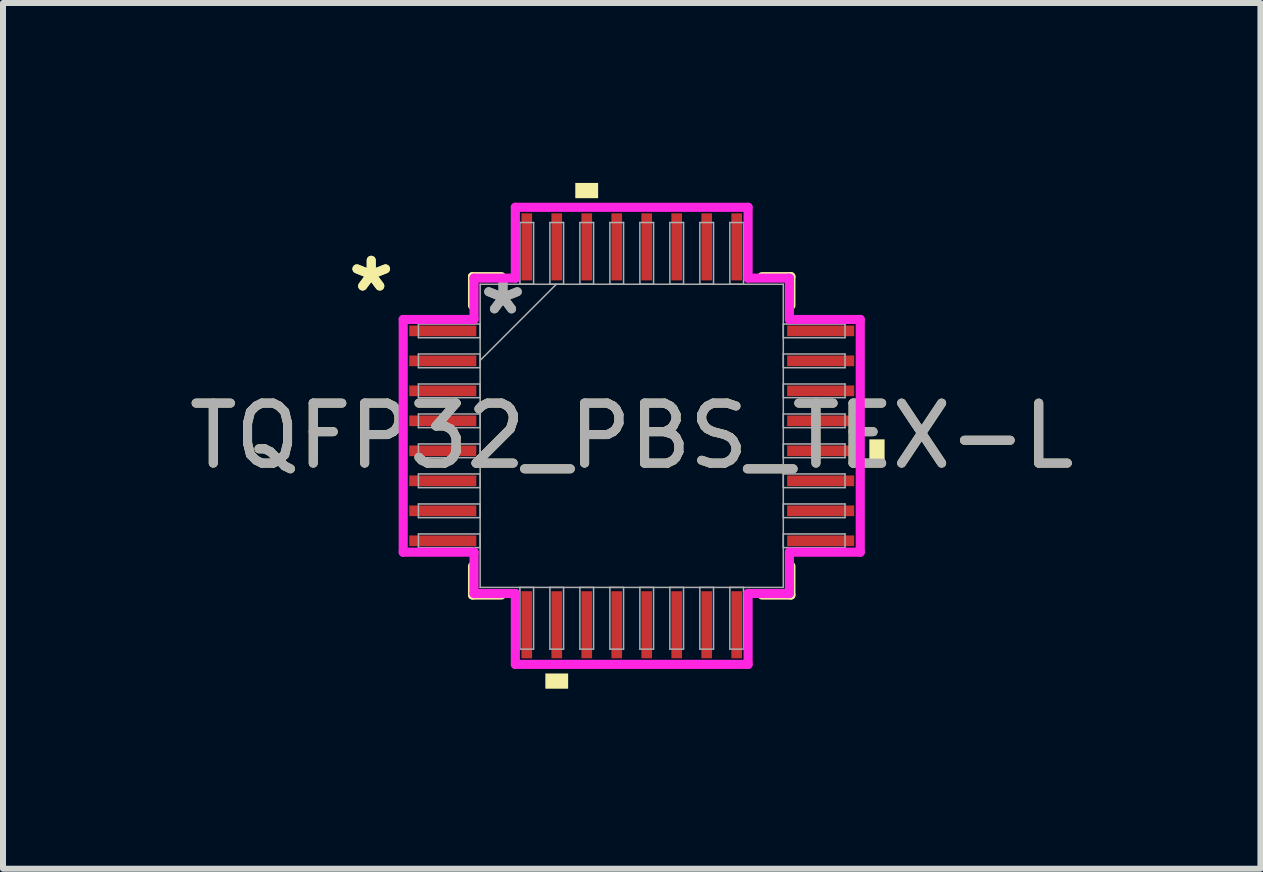
<source format=kicad_pcb>
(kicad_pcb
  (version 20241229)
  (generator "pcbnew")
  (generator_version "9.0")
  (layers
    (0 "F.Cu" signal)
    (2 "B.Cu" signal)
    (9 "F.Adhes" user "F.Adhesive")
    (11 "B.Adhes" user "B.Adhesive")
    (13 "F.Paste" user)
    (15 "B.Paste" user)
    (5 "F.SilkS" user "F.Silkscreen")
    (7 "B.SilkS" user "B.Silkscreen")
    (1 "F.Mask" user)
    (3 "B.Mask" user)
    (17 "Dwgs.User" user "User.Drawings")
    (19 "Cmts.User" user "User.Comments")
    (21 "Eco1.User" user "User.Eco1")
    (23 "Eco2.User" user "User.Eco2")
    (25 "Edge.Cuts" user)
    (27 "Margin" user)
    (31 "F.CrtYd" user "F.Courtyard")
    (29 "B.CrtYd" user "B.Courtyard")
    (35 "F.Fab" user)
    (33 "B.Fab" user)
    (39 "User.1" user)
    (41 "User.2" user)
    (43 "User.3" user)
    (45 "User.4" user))
  (footprint "TQFP32_PBS_TEX-L"
    (layer "F.Cu")
    (at 7.482 4.216)
    (property "Reference" "TQFP32_PBS_TEX-L" (at 0 0 0) (unlocked yes) (layer "F.SilkS") (effects (font (size 1 1) (thickness 0.15))))
    (attr smd)
    (fp_line (start -2.654 -2.654) (end -2.654 -2.172) (stroke (width 0.152) (type solid)) (layer "F.SilkS"))
    (fp_line (start -2.654 2.172) (end -2.654 2.654) (stroke (width 0.152) (type solid)) (layer "F.SilkS"))
    (fp_line (start -2.654 2.654) (end -2.172 2.654) (stroke (width 0.152) (type solid)) (layer "F.SilkS"))
    (fp_line (start -2.172 -2.654) (end -2.654 -2.654) (stroke (width 0.152) (type solid)) (layer "F.SilkS"))
    (fp_line (start 2.172 2.654) (end 2.654 2.654) (stroke (width 0.152) (type solid)) (layer "F.SilkS"))
    (fp_line (start 2.654 -2.654) (end 2.172 -2.654) (stroke (width 0.152) (type solid)) (layer "F.SilkS"))
    (fp_line (start 2.654 -2.172) (end 2.654 -2.654) (stroke (width 0.152) (type solid)) (layer "F.SilkS"))
    (fp_line (start 2.654 2.654) (end 2.654 2.172) (stroke (width 0.152) (type solid)) (layer "F.SilkS"))
    (fp_poly (pts (xy -1.44 3.962) (xy -1.44 4.216) (xy -1.06 4.216) (xy -1.06 3.962)) (stroke (width 0) (type solid)) (fill yes) (layer "F.SilkS"))
    (fp_poly (pts (xy -0.941 -3.962) (xy -0.941 -4.216) (xy -0.56 -4.216) (xy -0.56 -3.962)) (stroke (width 0) (type solid)) (fill yes) (layer "F.SilkS"))
    (fp_poly (pts (xy 4.216 0.059) (xy 4.216 0.441) (xy 3.962 0.441) (xy 3.962 0.059)) (stroke (width 0) (type solid)) (fill yes) (layer "F.SilkS"))
    (fp_line (start -3.81 -1.94) (end -2.629 -1.94) (stroke (width 0.152) (type solid)) (layer "F.CrtYd"))
    (fp_line (start -3.81 1.94) (end -3.81 -1.94) (stroke (width 0.152) (type solid)) (layer "F.CrtYd"))
    (fp_line (start -2.629 -2.629) (end -1.94 -2.629) (stroke (width 0.152) (type solid)) (layer "F.CrtYd"))
    (fp_line (start -2.629 -1.94) (end -2.629 -2.629) (stroke (width 0.152) (type solid)) (layer "F.CrtYd"))
    (fp_line (start -2.629 1.94) (end -3.81 1.94) (stroke (width 0.152) (type solid)) (layer "F.CrtYd"))
    (fp_line (start -2.629 2.629) (end -2.629 1.94) (stroke (width 0.152) (type solid)) (layer "F.CrtYd"))
    (fp_line (start -2.629 2.629) (end -1.94 2.629) (stroke (width 0.152) (type solid)) (layer "F.CrtYd"))
    (fp_line (start -1.94 -3.81) (end 1.94 -3.81) (stroke (width 0.152) (type solid)) (layer "F.CrtYd"))
    (fp_line (start -1.94 -2.629) (end -1.94 -3.81) (stroke (width 0.152) (type solid)) (layer "F.CrtYd"))
    (fp_line (start -1.94 2.629) (end -1.94 3.81) (stroke (width 0.152) (type solid)) (layer "F.CrtYd"))
    (fp_line (start -1.94 3.81) (end 1.94 3.81) (stroke (width 0.152) (type solid)) (layer "F.CrtYd"))
    (fp_line (start 1.94 -3.81) (end 1.94 -2.629) (stroke (width 0.152) (type solid)) (layer "F.CrtYd"))
    (fp_line (start 1.94 -2.629) (end 2.629 -2.629) (stroke (width 0.152) (type solid)) (layer "F.CrtYd"))
    (fp_line (start 1.94 2.629) (end 2.629 2.629) (stroke (width 0.152) (type solid)) (layer "F.CrtYd"))
    (fp_line (start 1.94 3.81) (end 1.94 2.629) (stroke (width 0.152) (type solid)) (layer "F.CrtYd"))
    (fp_line (start 2.629 -1.94) (end 2.629 -2.629) (stroke (width 0.152) (type solid)) (layer "F.CrtYd"))
    (fp_line (start 2.629 1.94) (end 3.81 1.94) (stroke (width 0.152) (type solid)) (layer "F.CrtYd"))
    (fp_line (start 2.629 2.629) (end 2.629 1.94) (stroke (width 0.152) (type solid)) (layer "F.CrtYd"))
    (fp_line (start 3.81 -1.94) (end 2.629 -1.94) (stroke (width 0.152) (type solid)) (layer "F.CrtYd"))
    (fp_line (start 3.81 1.94) (end 3.81 -1.94) (stroke (width 0.152) (type solid)) (layer "F.CrtYd"))
    (fp_line (start -3.556 -1.864) (end -3.556 -1.636) (stroke (width 0.025) (type solid)) (layer "F.Fab"))
    (fp_line (start -3.556 -1.636) (end -2.527 -1.636) (stroke (width 0.025) (type solid)) (layer "F.Fab"))
    (fp_line (start -3.556 -1.364) (end -3.556 -1.136) (stroke (width 0.025) (type solid)) (layer "F.Fab"))
    (fp_line (start -3.556 -1.136) (end -2.527 -1.136) (stroke (width 0.025) (type solid)) (layer "F.Fab"))
    (fp_line (start -3.556 -0.864) (end -3.556 -0.636) (stroke (width 0.025) (type solid)) (layer "F.Fab"))
    (fp_line (start -3.556 -0.636) (end -2.527 -0.636) (stroke (width 0.025) (type solid)) (layer "F.Fab"))
    (fp_line (start -3.556 -0.364) (end -3.556 -0.136) (stroke (width 0.025) (type solid)) (layer "F.Fab"))
    (fp_line (start -3.556 -0.136) (end -2.527 -0.136) (stroke (width 0.025) (type solid)) (layer "F.Fab"))
    (fp_line (start -3.556 0.136) (end -3.556 0.364) (stroke (width 0.025) (type solid)) (layer "F.Fab"))
    (fp_line (start -3.556 0.364) (end -2.527 0.364) (stroke (width 0.025) (type solid)) (layer "F.Fab"))
    (fp_line (start -3.556 0.636) (end -3.556 0.864) (stroke (width 0.025) (type solid)) (layer "F.Fab"))
    (fp_line (start -3.556 0.864) (end -2.527 0.864) (stroke (width 0.025) (type solid)) (layer "F.Fab"))
    (fp_line (start -3.556 1.136) (end -3.556 1.364) (stroke (width 0.025) (type solid)) (layer "F.Fab"))
    (fp_line (start -3.556 1.364) (end -2.527 1.364) (stroke (width 0.025) (type solid)) (layer "F.Fab"))
    (fp_line (start -3.556 1.636) (end -3.556 1.864) (stroke (width 0.025) (type solid)) (layer "F.Fab"))
    (fp_line (start -3.556 1.864) (end -2.527 1.864) (stroke (width 0.025) (type solid)) (layer "F.Fab"))
    (fp_line (start -2.527 -2.527) (end -2.527 2.527) (stroke (width 0.025) (type solid)) (layer "F.Fab"))
    (fp_line (start -2.527 -1.864) (end -3.556 -1.864) (stroke (width 0.025) (type solid)) (layer "F.Fab"))
    (fp_line (start -2.527 -1.636) (end -2.527 -1.864) (stroke (width 0.025) (type solid)) (layer "F.Fab"))
    (fp_line (start -2.527 -1.364) (end -3.556 -1.364) (stroke (width 0.025) (type solid)) (layer "F.Fab"))
    (fp_line (start -2.527 -1.257) (end -1.257 -2.527) (stroke (width 0.025) (type solid)) (layer "F.Fab"))
    (fp_line (start -2.527 -1.136) (end -2.527 -1.364) (stroke (width 0.025) (type solid)) (layer "F.Fab"))
    (fp_line (start -2.527 -0.864) (end -3.556 -0.864) (stroke (width 0.025) (type solid)) (layer "F.Fab"))
    (fp_line (start -2.527 -0.636) (end -2.527 -0.864) (stroke (width 0.025) (type solid)) (layer "F.Fab"))
    (fp_line (start -2.527 -0.364) (end -3.556 -0.364) (stroke (width 0.025) (type solid)) (layer "F.Fab"))
    (fp_line (start -2.527 -0.136) (end -2.527 -0.364) (stroke (width 0.025) (type solid)) (layer "F.Fab"))
    (fp_line (start -2.527 0.136) (end -3.556 0.136) (stroke (width 0.025) (type solid)) (layer "F.Fab"))
    (fp_line (start -2.527 0.364) (end -2.527 0.136) (stroke (width 0.025) (type solid)) (layer "F.Fab"))
    (fp_line (start -2.527 0.636) (end -3.556 0.636) (stroke (width 0.025) (type solid)) (layer "F.Fab"))
    (fp_line (start -2.527 0.864) (end -2.527 0.636) (stroke (width 0.025) (type solid)) (layer "F.Fab"))
    (fp_line (start -2.527 1.136) (end -3.556 1.136) (stroke (width 0.025) (type solid)) (layer "F.Fab"))
    (fp_line (start -2.527 1.364) (end -2.527 1.136) (stroke (width 0.025) (type solid)) (layer "F.Fab"))
    (fp_line (start -2.527 1.636) (end -3.556 1.636) (stroke (width 0.025) (type solid)) (layer "F.Fab"))
    (fp_line (start -2.527 1.864) (end -2.527 1.636) (stroke (width 0.025) (type solid)) (layer "F.Fab"))
    (fp_line (start -2.527 2.527) (end 2.527 2.527) (stroke (width 0.025) (type solid)) (layer "F.Fab"))
    (fp_line (start -1.864 -3.556) (end -1.864 -2.527) (stroke (width 0.025) (type solid)) (layer "F.Fab"))
    (fp_line (start -1.864 -2.527) (end -1.636 -2.527) (stroke (width 0.025) (type solid)) (layer "F.Fab"))
    (fp_line (start -1.864 2.527) (end -1.864 3.556) (stroke (width 0.025) (type solid)) (layer "F.Fab"))
    (fp_line (start -1.864 3.556) (end -1.636 3.556) (stroke (width 0.025) (type solid)) (layer "F.Fab"))
    (fp_line (start -1.636 -3.556) (end -1.864 -3.556) (stroke (width 0.025) (type solid)) (layer "F.Fab"))
    (fp_line (start -1.636 -2.527) (end -1.636 -3.556) (stroke (width 0.025) (type solid)) (layer "F.Fab"))
    (fp_line (start -1.636 2.527) (end -1.864 2.527) (stroke (width 0.025) (type solid)) (layer "F.Fab"))
    (fp_line (start -1.636 3.556) (end -1.636 2.527) (stroke (width 0.025) (type solid)) (layer "F.Fab"))
    (fp_line (start -1.364 -3.556) (end -1.364 -2.527) (stroke (width 0.025) (type solid)) (layer "F.Fab"))
    (fp_line (start -1.364 -2.527) (end -1.136 -2.527) (stroke (width 0.025) (type solid)) (layer "F.Fab"))
    (fp_line (start -1.364 2.527) (end -1.364 3.556) (stroke (width 0.025) (type solid)) (layer "F.Fab"))
    (fp_line (start -1.364 3.556) (end -1.136 3.556) (stroke (width 0.025) (type solid)) (layer "F.Fab"))
    (fp_line (start -1.136 -3.556) (end -1.364 -3.556) (stroke (width 0.025) (type solid)) (layer "F.Fab"))
    (fp_line (start -1.136 -2.527) (end -1.136 -3.556) (stroke (width 0.025) (type solid)) (layer "F.Fab"))
    (fp_line (start -1.136 2.527) (end -1.364 2.527) (stroke (width 0.025) (type solid)) (layer "F.Fab"))
    (fp_line (start -1.136 3.556) (end -1.136 2.527) (stroke (width 0.025) (type solid)) (layer "F.Fab"))
    (fp_line (start -0.864 -3.556) (end -0.864 -2.527) (stroke (width 0.025) (type solid)) (layer "F.Fab"))
    (fp_line (start -0.864 -2.527) (end -0.636 -2.527) (stroke (width 0.025) (type solid)) (layer "F.Fab"))
    (fp_line (start -0.864 2.527) (end -0.864 3.556) (stroke (width 0.025) (type solid)) (layer "F.Fab"))
    (fp_line (start -0.864 3.556) (end -0.636 3.556) (stroke (width 0.025) (type solid)) (layer "F.Fab"))
    (fp_line (start -0.636 -3.556) (end -0.864 -3.556) (stroke (width 0.025) (type solid)) (layer "F.Fab"))
    (fp_line (start -0.636 -2.527) (end -0.636 -3.556) (stroke (width 0.025) (type solid)) (layer "F.Fab"))
    (fp_line (start -0.636 2.527) (end -0.864 2.527) (stroke (width 0.025) (type solid)) (layer "F.Fab"))
    (fp_line (start -0.636 3.556) (end -0.636 2.527) (stroke (width 0.025) (type solid)) (layer "F.Fab"))
    (fp_line (start -0.364 -3.556) (end -0.364 -2.527) (stroke (width 0.025) (type solid)) (layer "F.Fab"))
    (fp_line (start -0.364 -2.527) (end -0.136 -2.527) (stroke (width 0.025) (type solid)) (layer "F.Fab"))
    (fp_line (start -0.364 2.527) (end -0.364 3.556) (stroke (width 0.025) (type solid)) (layer "F.Fab"))
    (fp_line (start -0.364 3.556) (end -0.136 3.556) (stroke (width 0.025) (type solid)) (layer "F.Fab"))
    (fp_line (start -0.136 -3.556) (end -0.364 -3.556) (stroke (width 0.025) (type solid)) (layer "F.Fab"))
    (fp_line (start -0.136 -2.527) (end -0.136 -3.556) (stroke (width 0.025) (type solid)) (layer "F.Fab"))
    (fp_line (start -0.136 2.527) (end -0.364 2.527) (stroke (width 0.025) (type solid)) (layer "F.Fab"))
    (fp_line (start -0.136 3.556) (end -0.136 2.527) (stroke (width 0.025) (type solid)) (layer "F.Fab"))
    (fp_line (start 0.136 -3.556) (end 0.136 -2.527) (stroke (width 0.025) (type solid)) (layer "F.Fab"))
    (fp_line (start 0.136 -2.527) (end 0.364 -2.527) (stroke (width 0.025) (type solid)) (layer "F.Fab"))
    (fp_line (start 0.136 2.527) (end 0.136 3.556) (stroke (width 0.025) (type solid)) (layer "F.Fab"))
    (fp_line (start 0.136 3.556) (end 0.364 3.556) (stroke (width 0.025) (type solid)) (layer "F.Fab"))
    (fp_line (start 0.364 -3.556) (end 0.136 -3.556) (stroke (width 0.025) (type solid)) (layer "F.Fab"))
    (fp_line (start 0.364 -2.527) (end 0.364 -3.556) (stroke (width 0.025) (type solid)) (layer "F.Fab"))
    (fp_line (start 0.364 2.527) (end 0.136 2.527) (stroke (width 0.025) (type solid)) (layer "F.Fab"))
    (fp_line (start 0.364 3.556) (end 0.364 2.527) (stroke (width 0.025) (type solid)) (layer "F.Fab"))
    (fp_line (start 0.636 -3.556) (end 0.636 -2.527) (stroke (width 0.025) (type solid)) (layer "F.Fab"))
    (fp_line (start 0.636 -2.527) (end 0.864 -2.527) (stroke (width 0.025) (type solid)) (layer "F.Fab"))
    (fp_line (start 0.636 2.527) (end 0.636 3.556) (stroke (width 0.025) (type solid)) (layer "F.Fab"))
    (fp_line (start 0.636 3.556) (end 0.864 3.556) (stroke (width 0.025) (type solid)) (layer "F.Fab"))
    (fp_line (start 0.864 -3.556) (end 0.636 -3.556) (stroke (width 0.025) (type solid)) (layer "F.Fab"))
    (fp_line (start 0.864 -2.527) (end 0.864 -3.556) (stroke (width 0.025) (type solid)) (layer "F.Fab"))
    (fp_line (start 0.864 2.527) (end 0.636 2.527) (stroke (width 0.025) (type solid)) (layer "F.Fab"))
    (fp_line (start 0.864 3.556) (end 0.864 2.527) (stroke (width 0.025) (type solid)) (layer "F.Fab"))
    (fp_line (start 1.136 -3.556) (end 1.136 -2.527) (stroke (width 0.025) (type solid)) (layer "F.Fab"))
    (fp_line (start 1.136 -2.527) (end 1.364 -2.527) (stroke (width 0.025) (type solid)) (layer "F.Fab"))
    (fp_line (start 1.136 2.527) (end 1.136 3.556) (stroke (width 0.025) (type solid)) (layer "F.Fab"))
    (fp_line (start 1.136 3.556) (end 1.364 3.556) (stroke (width 0.025) (type solid)) (layer "F.Fab"))
    (fp_line (start 1.364 -3.556) (end 1.136 -3.556) (stroke (width 0.025) (type solid)) (layer "F.Fab"))
    (fp_line (start 1.364 -2.527) (end 1.364 -3.556) (stroke (width 0.025) (type solid)) (layer "F.Fab"))
    (fp_line (start 1.364 2.527) (end 1.136 2.527) (stroke (width 0.025) (type solid)) (layer "F.Fab"))
    (fp_line (start 1.364 3.556) (end 1.364 2.527) (stroke (width 0.025) (type solid)) (layer "F.Fab"))
    (fp_line (start 1.636 -3.556) (end 1.636 -2.527) (stroke (width 0.025) (type solid)) (layer "F.Fab"))
    (fp_line (start 1.636 -2.527) (end 1.864 -2.527) (stroke (width 0.025) (type solid)) (layer "F.Fab"))
    (fp_line (start 1.636 2.527) (end 1.636 3.556) (stroke (width 0.025) (type solid)) (layer "F.Fab"))
    (fp_line (start 1.636 3.556) (end 1.864 3.556) (stroke (width 0.025) (type solid)) (layer "F.Fab"))
    (fp_line (start 1.864 -3.556) (end 1.636 -3.556) (stroke (width 0.025) (type solid)) (layer "F.Fab"))
    (fp_line (start 1.864 -2.527) (end 1.864 -3.556) (stroke (width 0.025) (type solid)) (layer "F.Fab"))
    (fp_line (start 1.864 2.527) (end 1.636 2.527) (stroke (width 0.025) (type solid)) (layer "F.Fab"))
    (fp_line (start 1.864 3.556) (end 1.864 2.527) (stroke (width 0.025) (type solid)) (layer "F.Fab"))
    (fp_line (start 2.527 -2.527) (end -2.527 -2.527) (stroke (width 0.025) (type solid)) (layer "F.Fab"))
    (fp_line (start 2.527 -1.864) (end 2.527 -1.636) (stroke (width 0.025) (type solid)) (layer "F.Fab"))
    (fp_line (start 2.527 -1.636) (end 3.556 -1.636) (stroke (width 0.025) (type solid)) (layer "F.Fab"))
    (fp_line (start 2.527 -1.364) (end 2.527 -1.136) (stroke (width 0.025) (type solid)) (layer "F.Fab"))
    (fp_line (start 2.527 -1.136) (end 3.556 -1.136) (stroke (width 0.025) (type solid)) (layer "F.Fab"))
    (fp_line (start 2.527 -0.864) (end 2.527 -0.636) (stroke (width 0.025) (type solid)) (layer "F.Fab"))
    (fp_line (start 2.527 -0.636) (end 3.556 -0.636) (stroke (width 0.025) (type solid)) (layer "F.Fab"))
    (fp_line (start 2.527 -0.364) (end 2.527 -0.136) (stroke (width 0.025) (type solid)) (layer "F.Fab"))
    (fp_line (start 2.527 -0.136) (end 3.556 -0.136) (stroke (width 0.025) (type solid)) (layer "F.Fab"))
    (fp_line (start 2.527 0.136) (end 2.527 0.364) (stroke (width 0.025) (type solid)) (layer "F.Fab"))
    (fp_line (start 2.527 0.364) (end 3.556 0.364) (stroke (width 0.025) (type solid)) (layer "F.Fab"))
    (fp_line (start 2.527 0.636) (end 2.527 0.864) (stroke (width 0.025) (type solid)) (layer "F.Fab"))
    (fp_line (start 2.527 0.864) (end 3.556 0.864) (stroke (width 0.025) (type solid)) (layer "F.Fab"))
    (fp_line (start 2.527 1.136) (end 2.527 1.364) (stroke (width 0.025) (type solid)) (layer "F.Fab"))
    (fp_line (start 2.527 1.364) (end 3.556 1.364) (stroke (width 0.025) (type solid)) (layer "F.Fab"))
    (fp_line (start 2.527 1.636) (end 2.527 1.864) (stroke (width 0.025) (type solid)) (layer "F.Fab"))
    (fp_line (start 2.527 1.864) (end 3.556 1.864) (stroke (width 0.025) (type solid)) (layer "F.Fab"))
    (fp_line (start 2.527 2.527) (end 2.527 -2.527) (stroke (width 0.025) (type solid)) (layer "F.Fab"))
    (fp_line (start 3.556 -1.864) (end 2.527 -1.864) (stroke (width 0.025) (type solid)) (layer "F.Fab"))
    (fp_line (start 3.556 -1.636) (end 3.556 -1.864) (stroke (width 0.025) (type solid)) (layer "F.Fab"))
    (fp_line (start 3.556 -1.364) (end 2.527 -1.364) (stroke (width 0.025) (type solid)) (layer "F.Fab"))
    (fp_line (start 3.556 -1.136) (end 3.556 -1.364) (stroke (width 0.025) (type solid)) (layer "F.Fab"))
    (fp_line (start 3.556 -0.864) (end 2.527 -0.864) (stroke (width 0.025) (type solid)) (layer "F.Fab"))
    (fp_line (start 3.556 -0.636) (end 3.556 -0.864) (stroke (width 0.025) (type solid)) (layer "F.Fab"))
    (fp_line (start 3.556 -0.364) (end 2.527 -0.364) (stroke (width 0.025) (type solid)) (layer "F.Fab"))
    (fp_line (start 3.556 -0.136) (end 3.556 -0.364) (stroke (width 0.025) (type solid)) (layer "F.Fab"))
    (fp_line (start 3.556 0.136) (end 2.527 0.136) (stroke (width 0.025) (type solid)) (layer "F.Fab"))
    (fp_line (start 3.556 0.364) (end 3.556 0.136) (stroke (width 0.025) (type solid)) (layer "F.Fab"))
    (fp_line (start 3.556 0.636) (end 2.527 0.636) (stroke (width 0.025) (type solid)) (layer "F.Fab"))
    (fp_line (start 3.556 0.864) (end 3.556 0.636) (stroke (width 0.025) (type solid)) (layer "F.Fab"))
    (fp_line (start 3.556 1.136) (end 2.527 1.136) (stroke (width 0.025) (type solid)) (layer "F.Fab"))
    (fp_line (start 3.556 1.364) (end 3.556 1.136) (stroke (width 0.025) (type solid)) (layer "F.Fab"))
    (fp_line (start 3.556 1.636) (end 2.527 1.636) (stroke (width 0.025) (type solid)) (layer "F.Fab"))
    (fp_line (start 3.556 1.864) (end 3.556 1.636) (stroke (width 0.025) (type solid)) (layer "F.Fab"))
    (fp_text user "*" (at -4.343 -2.381 0) (unlocked yes) (layer "F.SilkS") (effects (font (size 1 1) (thickness 0.15))))
    (fp_text user "*" (at -4.343 -2.381 0) (layer "F.SilkS") (effects (font (size 1 1) (thickness 0.15))))
    (fp_text user "*" (at -2.146 -2 0) (layer "F.Fab") (effects (font (size 1 1) (thickness 0.15))))
    (fp_text user "${REFERENCE}" (at 0 0 0) (unlocked yes) (layer "F.Fab") (effects (font (size 1 1) (thickness 0.15))))
    (fp_text user "*" (at -2.146 -2 0) (unlocked yes) (layer "F.Fab") (effects (font (size 1 1) (thickness 0.15))))
    (pad "1" smd rect (at -3.15 -1.75 90) (size 0.178 1.118) (layers "F.Cu" "F.Mask" "F.Paste"))
    (pad "2" smd rect (at -3.15 -1.25 90) (size 0.178 1.118) (layers "F.Cu" "F.Mask" "F.Paste"))
    (pad "3" smd rect (at -3.15 -0.75 90) (size 0.178 1.118) (layers "F.Cu" "F.Mask" "F.Paste"))
    (pad "4" smd rect (at -3.15 -0.25 90) (size 0.178 1.118) (layers "F.Cu" "F.Mask" "F.Paste"))
    (pad "5" smd rect (at -3.15 0.25 90) (size 0.178 1.118) (layers "F.Cu" "F.Mask" "F.Paste"))
    (pad "6" smd rect (at -3.15 0.75 90) (size 0.178 1.118) (layers "F.Cu" "F.Mask" "F.Paste"))
    (pad "7" smd rect (at -3.15 1.25 90) (size 0.178 1.118) (layers "F.Cu" "F.Mask" "F.Paste"))
    (pad "8" smd rect (at -3.15 1.75 90) (size 0.178 1.118) (layers "F.Cu" "F.Mask" "F.Paste"))
    (pad "9" smd rect (at -1.75 3.15) (size 0.178 1.118) (layers "F.Cu" "F.Mask" "F.Paste"))
    (pad "10" smd rect (at -1.25 3.15) (size 0.178 1.118) (layers "F.Cu" "F.Mask" "F.Paste"))
    (pad "11" smd rect (at -0.75 3.15) (size 0.178 1.118) (layers "F.Cu" "F.Mask" "F.Paste"))
    (pad "12" smd rect (at -0.25 3.15) (size 0.178 1.118) (layers "F.Cu" "F.Mask" "F.Paste"))
    (pad "13" smd rect (at 0.25 3.15) (size 0.178 1.118) (layers "F.Cu" "F.Mask" "F.Paste"))
    (pad "14" smd rect (at 0.75 3.15) (size 0.178 1.118) (layers "F.Cu" "F.Mask" "F.Paste"))
    (pad "15" smd rect (at 1.25 3.15) (size 0.178 1.118) (layers "F.Cu" "F.Mask" "F.Paste"))
    (pad "16" smd rect (at 1.75 3.15) (size 0.178 1.118) (layers "F.Cu" "F.Mask" "F.Paste"))
    (pad "17" smd rect (at 3.15 1.75 90) (size 0.178 1.118) (layers "F.Cu" "F.Mask" "F.Paste"))
    (pad "18" smd rect (at 3.15 1.25 90) (size 0.178 1.118) (layers "F.Cu" "F.Mask" "F.Paste"))
    (pad "19" smd rect (at 3.15 0.75 90) (size 0.178 1.118) (layers "F.Cu" "F.Mask" "F.Paste"))
    (pad "20" smd rect (at 3.15 0.25 90) (size 0.178 1.118) (layers "F.Cu" "F.Mask" "F.Paste"))
    (pad "21" smd rect (at 3.15 -0.25 90) (size 0.178 1.118) (layers "F.Cu" "F.Mask" "F.Paste"))
    (pad "22" smd rect (at 3.15 -0.75 90) (size 0.178 1.118) (layers "F.Cu" "F.Mask" "F.Paste"))
    (pad "23" smd rect (at 3.15 -1.25 90) (size 0.178 1.118) (layers "F.Cu" "F.Mask" "F.Paste"))
    (pad "24" smd rect (at 3.15 -1.75 90) (size 0.178 1.118) (layers "F.Cu" "F.Mask" "F.Paste"))
    (pad "25" smd rect (at 1.75 -3.15) (size 0.178 1.118) (layers "F.Cu" "F.Mask" "F.Paste"))
    (pad "26" smd rect (at 1.25 -3.15) (size 0.178 1.118) (layers "F.Cu" "F.Mask" "F.Paste"))
    (pad "27" smd rect (at 0.75 -3.15) (size 0.178 1.118) (layers "F.Cu" "F.Mask" "F.Paste"))
    (pad "28" smd rect (at 0.25 -3.15) (size 0.178 1.118) (layers "F.Cu" "F.Mask" "F.Paste"))
    (pad "29" smd rect (at -0.25 -3.15) (size 0.178 1.118) (layers "F.Cu" "F.Mask" "F.Paste"))
    (pad "30" smd rect (at -0.75 -3.15) (size 0.178 1.118) (layers "F.Cu" "F.Mask" "F.Paste"))
    (pad "31" smd rect (at -1.25 -3.15) (size 0.178 1.118) (layers "F.Cu" "F.Mask" "F.Paste"))
    (pad "32" smd rect (at -1.75 -3.15) (size 0.178 1.118) (layers "F.Cu" "F.Mask" "F.Paste")))
  (gr_rect
    (start -3 -3)
    (end 17.964 11.433)
    (stroke (width 0.1) (type default))
    (fill no)
    (layer "Edge.Cuts")))
</source>
